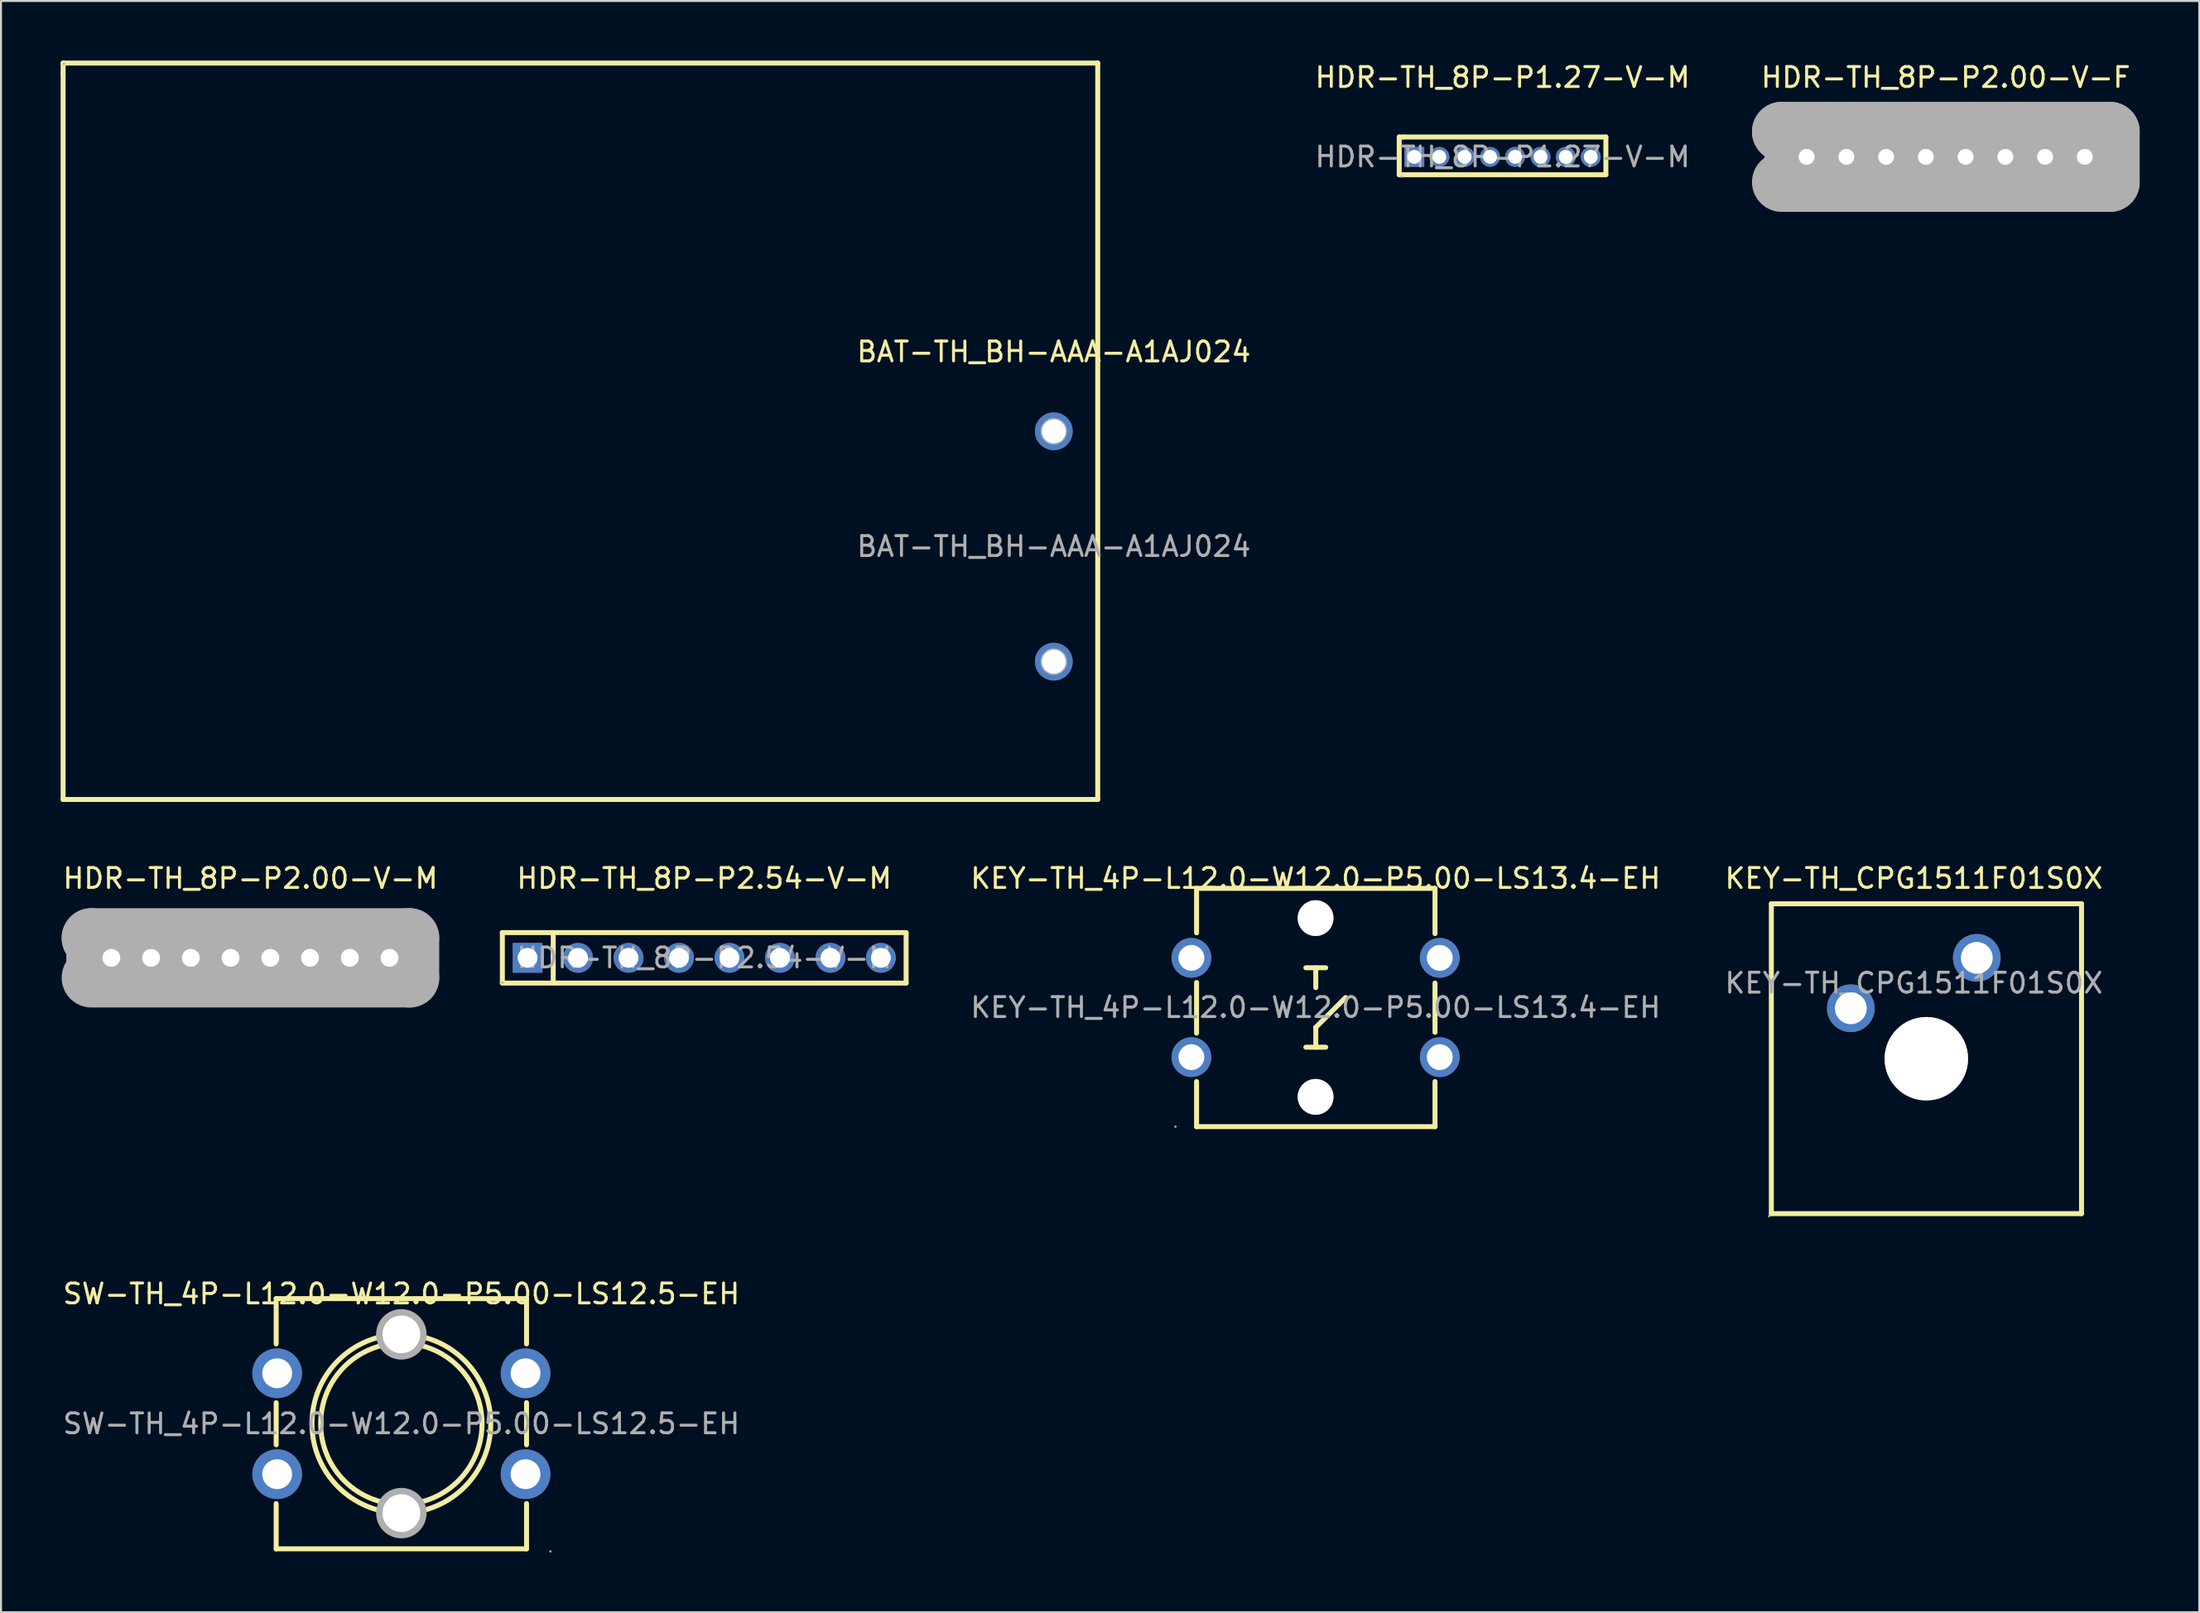
<source format=kicad_pcb>
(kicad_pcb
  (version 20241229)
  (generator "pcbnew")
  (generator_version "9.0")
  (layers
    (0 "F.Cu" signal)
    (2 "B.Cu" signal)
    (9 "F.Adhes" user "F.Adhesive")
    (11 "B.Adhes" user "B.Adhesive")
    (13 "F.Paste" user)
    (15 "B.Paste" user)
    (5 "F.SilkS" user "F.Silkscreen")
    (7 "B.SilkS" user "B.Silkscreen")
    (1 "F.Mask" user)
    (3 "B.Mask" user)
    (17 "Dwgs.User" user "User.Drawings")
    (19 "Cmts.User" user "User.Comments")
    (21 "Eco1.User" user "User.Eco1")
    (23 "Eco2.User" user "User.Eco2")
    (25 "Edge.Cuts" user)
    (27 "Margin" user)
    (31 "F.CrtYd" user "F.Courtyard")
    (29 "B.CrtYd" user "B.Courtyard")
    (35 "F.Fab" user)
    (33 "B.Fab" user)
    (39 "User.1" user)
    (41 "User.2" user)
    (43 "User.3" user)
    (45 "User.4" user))
  (footprint "SW-TH_4P-L12.0-W12.0-P5.00-LS12.5-EH"
    (layer "F.Cu")
    (at 17.149 68.636)
    (property "Reference" "SW-TH_4P-L12.0-W12.0-P5.00-LS12.5-EH" (at 0 -6.54 0) (layer "F.SilkS") (effects (font (size 1 1) (thickness 0.15))))
    (attr through_hole)
    (fp_line (start -6.3 -6.3) (end -6.3 -4.02) (stroke (width 0.25) (type solid)) (layer "F.SilkS"))
    (fp_line (start -6.3 -6.3) (end 6.3 -6.3) (stroke (width 0.25) (type solid)) (layer "F.SilkS"))
    (fp_line (start -6.3 -1.06) (end -6.3 1.06) (stroke (width 0.25) (type solid)) (layer "F.SilkS"))
    (fp_line (start -6.3 4.02) (end -6.3 6.3) (stroke (width 0.25) (type solid)) (layer "F.SilkS"))
    (fp_line (start -6.3 6.3) (end 6.3 6.3) (stroke (width 0.25) (type solid)) (layer "F.SilkS"))
    (fp_line (start 6.3 -6.3) (end 6.3 -4.02) (stroke (width 0.25) (type solid)) (layer "F.SilkS"))
    (fp_line (start 6.3 -1.06) (end 6.3 1.06) (stroke (width 0.25) (type solid)) (layer "F.SilkS"))
    (fp_line (start 6.3 4.02) (end 6.3 6.3) (stroke (width 0.25) (type solid)) (layer "F.SilkS"))
    (fp_circle (center 0 0) (end 4.06 0) (stroke (width 0.25) (type solid)) (fill no) (layer "F.SilkS"))
    (fp_circle (center 0 0) (end 4.5 0) (stroke (width 0.25) (type solid)) (fill no) (layer "F.SilkS"))
    (fp_circle (center -6.25 -2.54) (end -5.92 -2.54) (stroke (width 0.65) (type solid)) (fill no) (layer "F.Fab"))
    (fp_circle (center -6.25 2.54) (end -5.92 2.54) (stroke (width 0.65) (type solid)) (fill no) (layer "F.Fab"))
    (fp_circle (center 0 -4.5) (end 0.42 -4.5) (stroke (width 0.85) (type solid)) (fill no) (layer "F.Fab"))
    (fp_circle (center 0 4.5) (end 0.42 4.5) (stroke (width 0.85) (type solid)) (fill no) (layer "F.Fab"))
    (fp_circle (center 6.25 -2.54) (end 6.58 -2.54) (stroke (width 0.65) (type solid)) (fill no) (layer "F.Fab"))
    (fp_circle (center 6.25 2.54) (end 6.58 2.54) (stroke (width 0.65) (type solid)) (fill no) (layer "F.Fab"))
    (fp_circle (center 7.5 6.43) (end 7.53 6.43) (stroke (width 0.06) (type solid)) (fill no) (layer "F.Fab"))
    (fp_text user "${REFERENCE}" (at 0 0 0) (layer "F.Fab") (effects (font (size 1 1) (thickness 0.15))))
    (pad "" thru_hole circle (at 0 -4.5) (size 1.9 1.9) (drill 1.9) (layers "*.Cu" "*.Mask"))
    (pad "" thru_hole circle (at 0 4.5) (size 1.9 1.9) (drill 1.9) (layers "*.Cu" "*.Mask"))
    (pad "1" thru_hole circle (at 6.25 2.54 180) (size 2.5 2.5) (drill 1.5) (layers "*.Cu" "*.Mask"))
    (pad "2" thru_hole circle (at -6.25 2.54 180) (size 2.5 2.5) (drill 1.5) (layers "*.Cu" "*.Mask"))
    (pad "3" thru_hole circle (at 6.25 -2.54 180) (size 2.5 2.5) (drill 1.5) (layers "*.Cu" "*.Mask"))
    (pad "4" thru_hole circle (at -6.25 -2.54 180) (size 2.5 2.5) (drill 1.5) (layers "*.Cu" "*.Mask")))
  (footprint "KEY-TH_4P-L12.0-W12.0-P5.00-LS13.4-EH"
    (layer "F.Cu")
    (at 63.159 47.678)
    (property "Reference" "KEY-TH_4P-L12.0-W12.0-P5.00-LS13.4-EH" (at 0 -6.5 0) (layer "F.SilkS") (effects (font (size 1 1) (thickness 0.15))))
    (attr through_hole)
    (fp_line (start -5.99 -6) (end 6.01 -6) (stroke (width 0.25) (type solid)) (layer "F.SilkS"))
    (fp_line (start -5.99 -3.76) (end -5.99 -6) (stroke (width 0.25) (type solid)) (layer "F.SilkS"))
    (fp_line (start -5.99 -1.26) (end -5.99 1.29) (stroke (width 0.25) (type solid)) (layer "F.SilkS"))
    (fp_line (start -5.99 6) (end -5.99 3.73) (stroke (width 0.25) (type solid)) (layer "F.SilkS"))
    (fp_line (start -0.49 -2) (end 0.51 -2) (stroke (width 0.25) (type solid)) (layer "F.SilkS"))
    (fp_line (start -0.49 2) (end 0.51 2) (stroke (width 0.25) (type solid)) (layer "F.SilkS"))
    (fp_line (start 0.01 -1) (end 0.01 -2) (stroke (width 0.25) (type solid)) (layer "F.SilkS"))
    (fp_line (start 0.01 1) (end 1.51 -0.5) (stroke (width 0.25) (type solid)) (layer "F.SilkS"))
    (fp_line (start 0.01 2) (end 0.01 1) (stroke (width 0.25) (type solid)) (layer "F.SilkS"))
    (fp_line (start 6.01 -6) (end 6.01 -3.72) (stroke (width 0.25) (type solid)) (layer "F.SilkS"))
    (fp_line (start 6.01 -1.23) (end 6.01 1.25) (stroke (width 0.25) (type solid)) (layer "F.SilkS"))
    (fp_line (start 6.01 3.73) (end 6.01 6) (stroke (width 0.25) (type solid)) (layer "F.SilkS"))
    (fp_line (start 6.01 6) (end -5.99 6) (stroke (width 0.25) (type solid)) (layer "F.SilkS"))
    (fp_circle (center 0 -4.5) (end 0.4 -4.5) (stroke (width 0.8) (type solid)) (fill no) (layer "Cmts.User"))
    (fp_circle (center 0 4.5) (end 0.4 4.5) (stroke (width 0.8) (type solid)) (fill no) (layer "Cmts.User"))
    (fp_circle (center -7.05 6) (end -7.02 6) (stroke (width 0.06) (type solid)) (fill no) (layer "F.Fab"))
    (fp_text user "${REFERENCE}" (at 0 0 0) (layer "F.Fab") (effects (font (size 1 1) (thickness 0.15))))
    (pad "" thru_hole circle (at 0 -4.5) (size 1.8 1.8) (drill 1.8) (layers "*.Cu" "*.Mask"))
    (pad "" thru_hole circle (at 0 4.5) (size 1.8 1.8) (drill 1.8) (layers "*.Cu" "*.Mask"))
    (pad "1" thru_hole circle (at 6.25 2.5) (size 2 2) (drill 1.3) (layers "*.Cu" "*.Mask"))
    (pad "2" thru_hole circle (at -6.25 2.5) (size 2 2) (drill 1.3) (layers "*.Cu" "*.Mask"))
    (pad "3" thru_hole circle (at 6.25 -2.5) (size 2 2) (drill 1.3) (layers "*.Cu" "*.Mask"))
    (pad "4" thru_hole circle (at -6.25 -2.5) (size 2 2) (drill 1.3) (layers "*.Cu" "*.Mask")))
  (footprint "KEY-TH_CPG1511F01S0X"
    (layer "F.Cu")
    (at 93.266 46.448)
    (property "Reference" "KEY-TH_CPG1511F01S0X" (at 0 -5.27 0) (layer "F.SilkS") (effects (font (size 1 1) (thickness 0.15))))
    (attr through_hole)
    (fp_line (start -7.17 -3.99) (end -7.17 11.61) (stroke (width 0.25) (type solid)) (layer "F.SilkS"))
    (fp_line (start -7.17 -3.99) (end 8.44 -3.99) (stroke (width 0.25) (type solid)) (layer "F.SilkS"))
    (fp_line (start -7.17 11.61) (end 8.44 11.61) (stroke (width 0.25) (type solid)) (layer "F.SilkS"))
    (fp_line (start 8.44 -3.99) (end 8.44 11.61) (stroke (width 0.25) (type solid)) (layer "F.SilkS"))
    (fp_circle (center -7.29 11.74) (end -7.26 11.74) (stroke (width 0.06) (type solid)) (fill no) (layer "F.Fab"))
    (fp_circle (center -3.17 1.27) (end -2.82 1.27) (stroke (width 0.7) (type solid)) (fill no) (layer "F.Fab"))
    (fp_circle (center 0.63 3.81) (end 1.63 3.81) (stroke (width 2) (type solid)) (fill no) (layer "F.Fab"))
    (fp_circle (center 3.17 -1.27) (end 3.52 -1.27) (stroke (width 0.7) (type solid)) (fill no) (layer "F.Fab"))
    (fp_text user "${REFERENCE}" (at 0 0 0) (layer "F.Fab") (effects (font (size 1 1) (thickness 0.15))))
    (pad "" thru_hole circle (at 0.63 3.81) (size 4.2 4.2) (drill 4.2) (layers "*.Cu" "*.Mask"))
    (pad "1" thru_hole circle (at -3.17 1.27) (size 2.4 2.4) (drill 1.6) (layers "*.Cu" "*.Mask"))
    (pad "2" thru_hole circle (at 3.17 -1.27) (size 2.4 2.4) (drill 1.6) (layers "*.Cu" "*.Mask")))
  (footprint "BAT-TH_BH-AAA-A1AJ024"
    (layer "F.Cu")
    (at 49.985 24.465)
    (property "Reference" "BAT-TH_BH-AAA-A1AJ024" (at 0 -9.8 0) (layer "F.SilkS") (effects (font (size 1 1) (thickness 0.15))))
    (attr through_hole)
    (fp_line (start -49.86 -24.34) (end 2.21 -24.34) (stroke (width 0.25) (type solid)) (layer "F.SilkS"))
    (fp_line (start -49.86 -23.83) (end -49.86 -24.34) (stroke (width 0.25) (type solid)) (layer "F.SilkS"))
    (fp_line (start -49.86 12.74) (end -49.86 -23.83) (stroke (width 0.25) (type solid)) (layer "F.SilkS"))
    (fp_line (start 2.21 -24.34) (end 2.21 12.74) (stroke (width 0.25) (type solid)) (layer "F.SilkS"))
    (fp_line (start 2.21 12.74) (end -49.86 12.74) (stroke (width 0.25) (type solid)) (layer "F.SilkS"))
    (fp_circle (center -49.82 -24.3) (end -49.79 -24.3) (stroke (width 0.06) (type solid)) (fill no) (layer "F.Fab"))
    (fp_circle (center 0 -5.8) (end 0.22 -5.8) (stroke (width 0.45) (type solid)) (fill no) (layer "F.Fab"))
    (fp_circle (center 0 5.8) (end 0.22 5.8) (stroke (width 0.45) (type solid)) (fill no) (layer "F.Fab"))
    (fp_text user "${REFERENCE}" (at 0 0 0) (layer "F.Fab") (effects (font (size 1 1) (thickness 0.15))))
    (pad "1" thru_hole circle (at 0 -5.8) (size 1.9 1.9) (drill 1.2) (layers "*.Cu" "*.Mask"))
    (pad "2" thru_hole circle (at 0 5.8) (size 1.9 1.9) (drill 1.2) (layers "*.Cu" "*.Mask")))
  (footprint "HDR-TH_8P-P2.00-V-M"
    (layer "F.Cu")
    (at 9.554 45.178)
    (property "Reference" "HDR-TH_8P-P2.00-V-M" (at 0 -4 0) (layer "F.SilkS") (effects (font (size 1 1) (thickness 0.15))))
    (attr through_hole)
    (fp_line (start -5.97 -1.02) (end -5.97 0.89) (stroke (width 0.25) (type solid)) (layer "F.SilkS"))
    (fp_line (start -8 -1) (end -8 -1) (stroke (width 3) (type solid)) (layer "F.Fab"))
    (fp_line (start -8 -1) (end 8 -1) (stroke (width 3) (type solid)) (layer "F.Fab"))
    (fp_line (start 8 -1) (end 8 1) (stroke (width 3) (type solid)) (layer "F.Fab"))
    (fp_line (start 8 1) (end -8 1) (stroke (width 3) (type solid)) (layer "F.Fab"))
    (fp_circle (center -8 1) (end -7.97 1) (stroke (width 0.06) (type solid)) (fill no) (layer "F.Fab"))
    (fp_text user "${REFERENCE}" (at 0 0 0) (layer "F.Fab") (effects (font (size 1 1) (thickness 0.15))))
    (pad "1" thru_hole rect (at -7 0) (size 1.52 1.4) (drill 0.9) (layers "*.Cu" "*.Mask"))
    (pad "2" thru_hole circle (at -5 0) (size 1.4 1.4) (drill 0.9) (layers "*.Cu" "*.Mask"))
    (pad "3" thru_hole circle (at -3 0) (size 1.4 1.4) (drill 0.9) (layers "*.Cu" "*.Mask"))
    (pad "4" thru_hole circle (at -1 0) (size 1.4 1.4) (drill 0.9) (layers "*.Cu" "*.Mask"))
    (pad "5" thru_hole circle (at 1 0) (size 1.4 1.4) (drill 0.9) (layers "*.Cu" "*.Mask"))
    (pad "6" thru_hole circle (at 3 0) (size 1.4 1.4) (drill 0.9) (layers "*.Cu" "*.Mask"))
    (pad "7" thru_hole circle (at 5 0) (size 1.4 1.4) (drill 0.9) (layers "*.Cu" "*.Mask"))
    (pad "8" thru_hole circle (at 7 0) (size 1.4 1.4) (drill 0.9) (layers "*.Cu" "*.Mask")))
  (footprint "HDR-TH_8P-P2.00-V-F"
    (layer "F.Cu")
    (at 94.872 4.848)
    (property "Reference" "HDR-TH_8P-P2.00-V-F" (at 0 -4 0) (layer "F.SilkS") (effects (font (size 1 1) (thickness 0.15))))
    (attr through_hole)
    (fp_line (start -8.25 -1.27) (end -8.25 -1.27) (stroke (width 3) (type solid)) (layer "F.Fab"))
    (fp_line (start -8.25 -1.27) (end 8.26 -1.27) (stroke (width 3) (type solid)) (layer "F.Fab"))
    (fp_line (start 8.26 -1.27) (end 8.26 1.27) (stroke (width 3) (type solid)) (layer "F.Fab"))
    (fp_line (start 8.26 1.27) (end -8.25 1.27) (stroke (width 3) (type solid)) (layer "F.Fab"))
    (fp_circle (center -8.25 1.2) (end -8.22 1.2) (stroke (width 0.06) (type solid)) (fill no) (layer "F.Fab"))
    (fp_text user "${REFERENCE}" (at 0 0 0) (layer "F.Fab") (effects (font (size 1 1) (thickness 0.15))))
    (pad "1" thru_hole rect (at -7 0) (size 1.4 1.4) (drill 0.8) (layers "*.Cu" "*.Mask"))
    (pad "2" thru_hole circle (at -5 0) (size 1.4 1.4) (drill 0.8) (layers "*.Cu" "*.Mask"))
    (pad "3" thru_hole circle (at -3 0) (size 1.4 1.4) (drill 0.8) (layers "*.Cu" "*.Mask"))
    (pad "4" thru_hole circle (at -1 0) (size 1.4 1.4) (drill 0.8) (layers "*.Cu" "*.Mask"))
    (pad "5" thru_hole circle (at 1 0) (size 1.4 1.4) (drill 0.8) (layers "*.Cu" "*.Mask"))
    (pad "6" thru_hole circle (at 3 0) (size 1.4 1.4) (drill 0.8) (layers "*.Cu" "*.Mask"))
    (pad "7" thru_hole circle (at 5 0) (size 1.4 1.4) (drill 0.8) (layers "*.Cu" "*.Mask"))
    (pad "8" thru_hole circle (at 7 0) (size 1.4 1.4) (drill 0.8) (layers "*.Cu" "*.Mask")))
  (footprint "HDR-TH_8P-P1.27-V-M"
    (layer "F.Cu")
    (at 72.568 4.848)
    (property "Reference" "HDR-TH_8P-P1.27-V-M" (at 0 -4 0) (layer "F.SilkS") (effects (font (size 1 1) (thickness 0.15))))
    (attr through_hole)
    (fp_line (start -5.2 -1) (end -5 -1) (stroke (width 0.25) (type solid)) (layer "F.SilkS"))
    (fp_line (start -5.2 0.9) (end -5.2 -1) (stroke (width 0.25) (type solid)) (layer "F.SilkS"))
    (fp_line (start -5 -1) (end 5.2 -1) (stroke (width 0.25) (type solid)) (layer "F.SilkS"))
    (fp_line (start 5.2 -1) (end 5.2 0.9) (stroke (width 0.25) (type solid)) (layer "F.SilkS"))
    (fp_line (start 5.2 0.9) (end -5.2 0.9) (stroke (width 0.25) (type solid)) (layer "F.SilkS"))
    (fp_circle (center -5.08 1) (end -5.05 1) (stroke (width 0.06) (type solid)) (fill no) (layer "F.Fab"))
    (fp_text user "${REFERENCE}" (at 0 0 0) (layer "F.Fab") (effects (font (size 1 1) (thickness 0.15))))
    (pad "1" thru_hole rect (at -4.44 0) (size 1 1) (drill 0.7) (layers "*.Cu" "*.Mask"))
    (pad "2" thru_hole circle (at -3.18 0) (size 1 1) (drill 0.7) (layers "*.Cu" "*.Mask"))
    (pad "3" thru_hole circle (at -1.91 0) (size 1 1) (drill 0.7) (layers "*.Cu" "*.Mask"))
    (pad "4" thru_hole circle (at -0.63 0) (size 1 1) (drill 0.7) (layers "*.Cu" "*.Mask"))
    (pad "5" thru_hole circle (at 0.63 0) (size 1 1) (drill 0.7) (layers "*.Cu" "*.Mask"))
    (pad "6" thru_hole circle (at 1.91 0) (size 1 1) (drill 0.7) (layers "*.Cu" "*.Mask"))
    (pad "7" thru_hole circle (at 3.18 0) (size 1 1) (drill 0.7) (layers "*.Cu" "*.Mask"))
    (pad "8" thru_hole circle (at 4.44 0) (size 1 1) (drill 0.7) (layers "*.Cu" "*.Mask")))
  (footprint "HDR-TH_8P-P2.54-V-M"
    (layer "F.Cu")
    (at 32.392 45.178)
    (property "Reference" "HDR-TH_8P-P2.54-V-M" (at 0 -4 0) (layer "F.SilkS") (effects (font (size 1 1) (thickness 0.15))))
    (attr through_hole)
    (fp_line (start -10.16 -1.27) (end 10.16 -1.27) (stroke (width 0.25) (type solid)) (layer "F.SilkS"))
    (fp_line (start -10.16 1.27) (end -10.16 -1.27) (stroke (width 0.25) (type solid)) (layer "F.SilkS"))
    (fp_line (start -7.6 -1.27) (end -7.6 1.27) (stroke (width 0.25) (type solid)) (layer "F.SilkS"))
    (fp_line (start 10.16 -1.27) (end 10.16 1.27) (stroke (width 0.25) (type solid)) (layer "F.SilkS"))
    (fp_line (start 10.16 1.27) (end -10.16 1.27) (stroke (width 0.25) (type solid)) (layer "F.SilkS"))
    (fp_circle (center -10.16 1.25) (end -10.13 1.25) (stroke (width 0.06) (type solid)) (fill no) (layer "F.Fab"))
    (fp_text user "${REFERENCE}" (at 0 0 0) (layer "F.Fab") (effects (font (size 1 1) (thickness 0.15))))
    (pad "1" thru_hole rect (at -8.89 0) (size 1.5 1.5) (drill 1) (layers "*.Cu" "*.Mask"))
    (pad "2" thru_hole circle (at -6.35 0) (size 1.5 1.5) (drill 1) (layers "*.Cu" "*.Mask"))
    (pad "3" thru_hole circle (at -3.81 0) (size 1.5 1.5) (drill 1) (layers "*.Cu" "*.Mask"))
    (pad "4" thru_hole circle (at -1.27 0) (size 1.5 1.5) (drill 1) (layers "*.Cu" "*.Mask"))
    (pad "5" thru_hole circle (at 1.27 0) (size 1.5 1.5) (drill 1) (layers "*.Cu" "*.Mask"))
    (pad "6" thru_hole circle (at 3.81 0) (size 1.5 1.5) (drill 1) (layers "*.Cu" "*.Mask"))
    (pad "7" thru_hole circle (at 6.35 0) (size 1.5 1.5) (drill 1) (layers "*.Cu" "*.Mask"))
    (pad "8" thru_hole circle (at 8.89 0) (size 1.5 1.5) (drill 1) (layers "*.Cu" "*.Mask")))
  (gr_rect
    (start -3 -3)
    (end 107.632 78.126)
    (stroke (width 0.1) (type default))
    (fill no)
    (layer "Edge.Cuts")))
</source>
